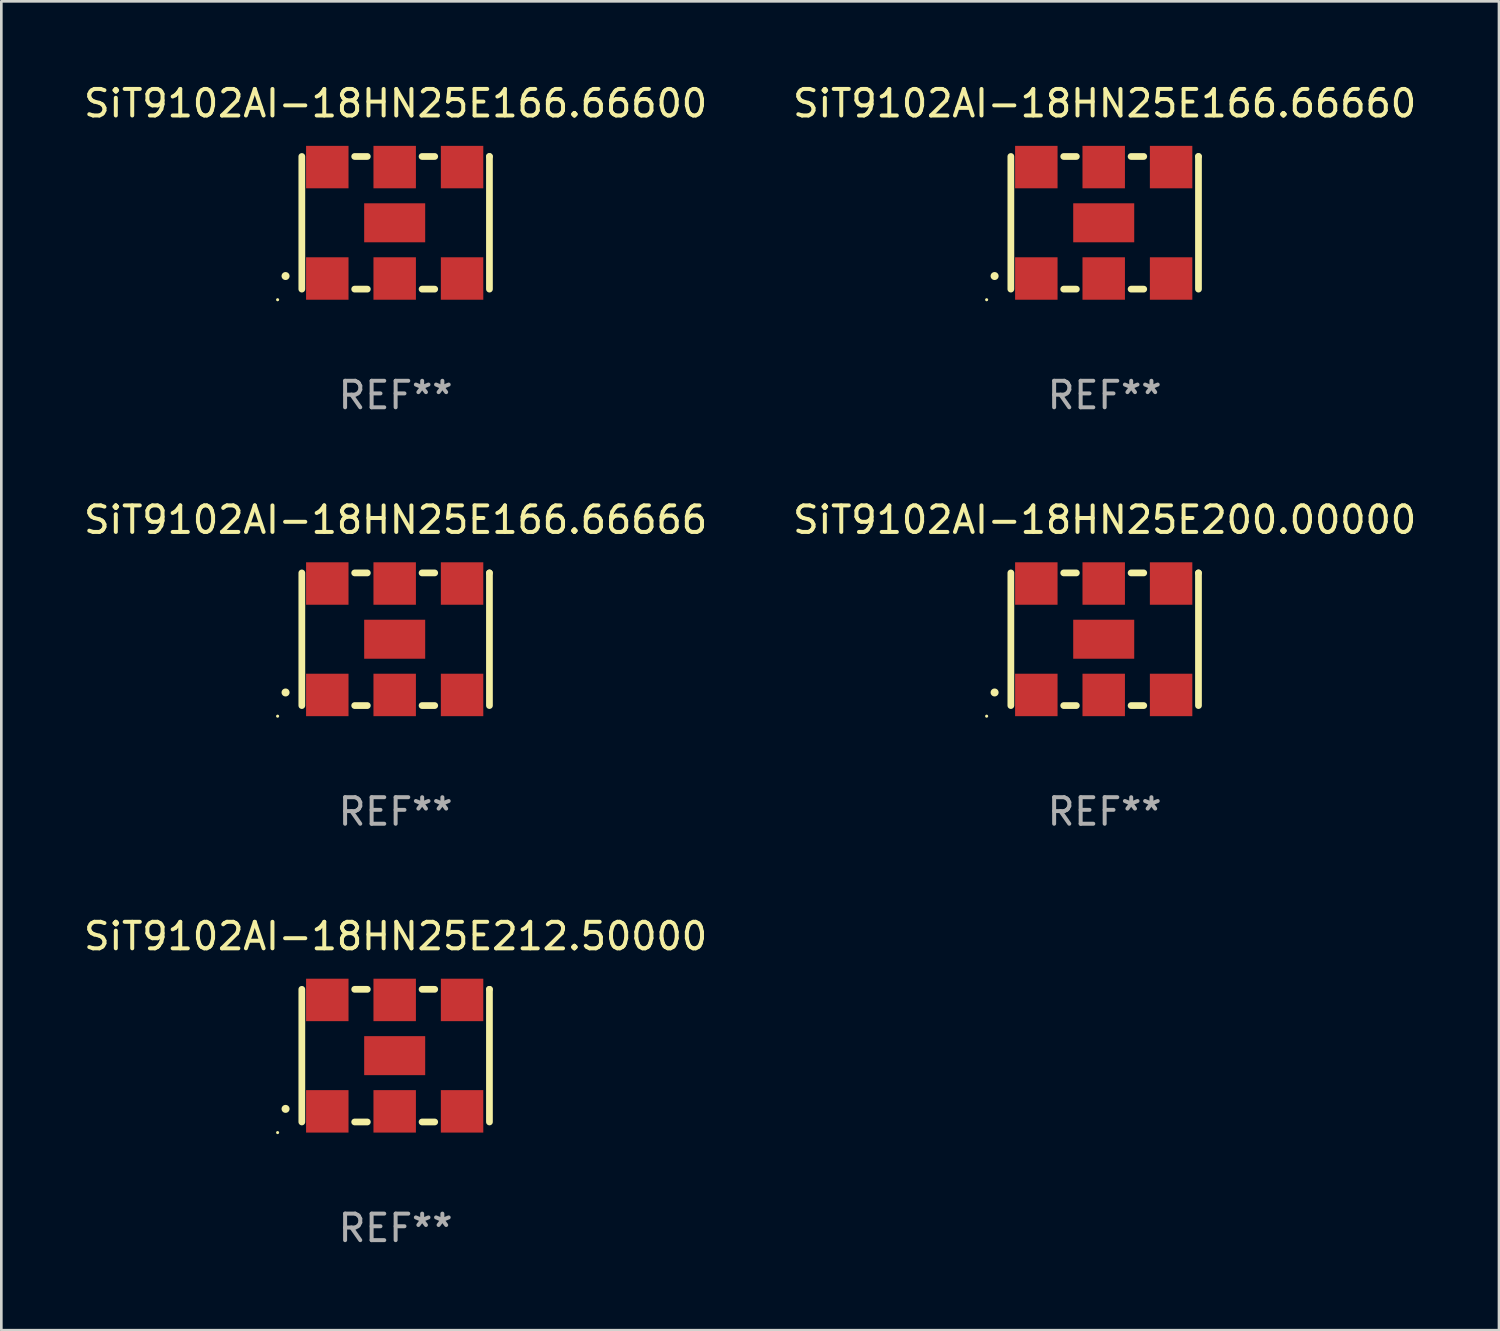
<source format=kicad_pcb>
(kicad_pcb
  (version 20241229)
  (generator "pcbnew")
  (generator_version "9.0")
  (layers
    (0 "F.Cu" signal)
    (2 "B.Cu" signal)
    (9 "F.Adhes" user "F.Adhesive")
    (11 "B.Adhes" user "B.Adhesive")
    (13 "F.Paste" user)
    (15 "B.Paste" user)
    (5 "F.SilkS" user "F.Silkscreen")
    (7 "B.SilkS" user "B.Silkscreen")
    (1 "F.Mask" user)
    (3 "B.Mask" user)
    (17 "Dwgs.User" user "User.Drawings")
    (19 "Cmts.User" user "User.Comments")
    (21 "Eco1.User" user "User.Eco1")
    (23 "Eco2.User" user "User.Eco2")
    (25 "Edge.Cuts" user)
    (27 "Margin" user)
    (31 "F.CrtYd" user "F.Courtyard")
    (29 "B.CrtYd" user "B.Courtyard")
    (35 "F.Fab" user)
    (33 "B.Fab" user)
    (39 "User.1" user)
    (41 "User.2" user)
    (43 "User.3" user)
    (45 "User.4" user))
  (footprint "SiT9102AI-18HN25E166.66660"
    (layer "F.Cu")
    (at 38.589 5.348)
    (property "Reference" "SiT9102AI-18HN25E166.66660" (at 0 -4.5 0) (layer "F.SilkS") (effects (font (size 1 1) (thickness 0.15))))
    (attr through_hole)
    (fp_line (start -3.536 -2.5) (end -3.536 2.5) (stroke (width 0.254) (type solid)) (layer "F.SilkS"))
    (fp_line (start -1.544 2.5) (end -1.067 2.5) (stroke (width 0.254) (type solid)) (layer "F.SilkS"))
    (fp_line (start -1.067 -2.5) (end -1.544 -2.5) (stroke (width 0.254) (type solid)) (layer "F.SilkS"))
    (fp_line (start 0.996 2.5) (end 1.473 2.5) (stroke (width 0.254) (type solid)) (layer "F.SilkS"))
    (fp_line (start 1.473 -2.5) (end 0.996 -2.5) (stroke (width 0.254) (type solid)) (layer "F.SilkS"))
    (fp_line (start 3.536 -2.5) (end 3.536 -2.5) (stroke (width 0.254) (type solid)) (layer "F.SilkS"))
    (fp_line (start 3.536 2.5) (end 3.536 -2.5) (stroke (width 0.254) (type solid)) (layer "F.SilkS"))
    (fp_arc (start -4.150432 2.006604) (mid -4.149162 2.006599) (end -4.147892 2.006604) (stroke (width 0.3) (type solid)) (layer "F.SilkS"))
    (fp_circle (center -4.449 2.9) (end -4.419 2.9) (stroke (width 0.06) (type solid)) (fill no) (layer "F.SilkS"))
    (fp_text user "REF**" (at 0 6.5 0) (layer "F.Fab") (effects (font (size 1 1) (thickness 0.15))))
    (pad "1" smd rect (at -2.576 2.1) (size 1.6 1.6) (layers "F.Cu" "F.Mask" "F.Paste"))
    (pad "2" smd rect (at -0.036 2.1) (size 1.6 1.6) (layers "F.Cu" "F.Mask" "F.Paste"))
    (pad "3" smd rect (at 2.504 2.1) (size 1.6 1.6) (layers "F.Cu" "F.Mask" "F.Paste"))
    (pad "4" smd rect (at 2.504 -2.1) (size 1.6 1.6) (layers "F.Cu" "F.Mask" "F.Paste"))
    (pad "5" smd rect (at -0.036 -2.1) (size 1.6 1.6) (layers "F.Cu" "F.Mask" "F.Paste"))
    (pad "6" smd rect (at -2.576 -2.1) (size 1.6 1.6) (layers "F.Cu" "F.Mask" "F.Paste"))
    (pad "7" smd rect (at -0.036 0) (size 2.3 1.47) (layers "F.Cu" "F.Mask" "F.Paste")))
  (footprint "SiT9102AI-18HN25E166.66666"
    (layer "F.Cu")
    (at 11.863 21.045)
    (property "Reference" "SiT9102AI-18HN25E166.66666" (at 0 -4.5 0) (layer "F.SilkS") (effects (font (size 1 1) (thickness 0.15))))
    (attr through_hole)
    (fp_line (start -3.536 -2.5) (end -3.536 2.5) (stroke (width 0.254) (type solid)) (layer "F.SilkS"))
    (fp_line (start -1.544 2.5) (end -1.067 2.5) (stroke (width 0.254) (type solid)) (layer "F.SilkS"))
    (fp_line (start -1.067 -2.5) (end -1.544 -2.5) (stroke (width 0.254) (type solid)) (layer "F.SilkS"))
    (fp_line (start 0.996 2.5) (end 1.473 2.5) (stroke (width 0.254) (type solid)) (layer "F.SilkS"))
    (fp_line (start 1.473 -2.5) (end 0.996 -2.5) (stroke (width 0.254) (type solid)) (layer "F.SilkS"))
    (fp_line (start 3.536 -2.5) (end 3.536 -2.5) (stroke (width 0.254) (type solid)) (layer "F.SilkS"))
    (fp_line (start 3.536 2.5) (end 3.536 -2.5) (stroke (width 0.254) (type solid)) (layer "F.SilkS"))
    (fp_arc (start -4.150432 2.006604) (mid -4.149162 2.006599) (end -4.147892 2.006604) (stroke (width 0.3) (type solid)) (layer "F.SilkS"))
    (fp_circle (center -4.449 2.9) (end -4.419 2.9) (stroke (width 0.06) (type solid)) (fill no) (layer "F.SilkS"))
    (fp_text user "REF**" (at 0 6.5 0) (layer "F.Fab") (effects (font (size 1 1) (thickness 0.15))))
    (pad "1" smd rect (at -2.576 2.1) (size 1.6 1.6) (layers "F.Cu" "F.Mask" "F.Paste"))
    (pad "2" smd rect (at -0.036 2.1) (size 1.6 1.6) (layers "F.Cu" "F.Mask" "F.Paste"))
    (pad "3" smd rect (at 2.504 2.1) (size 1.6 1.6) (layers "F.Cu" "F.Mask" "F.Paste"))
    (pad "4" smd rect (at 2.504 -2.1) (size 1.6 1.6) (layers "F.Cu" "F.Mask" "F.Paste"))
    (pad "5" smd rect (at -0.036 -2.1) (size 1.6 1.6) (layers "F.Cu" "F.Mask" "F.Paste"))
    (pad "6" smd rect (at -2.576 -2.1) (size 1.6 1.6) (layers "F.Cu" "F.Mask" "F.Paste"))
    (pad "7" smd rect (at -0.036 0) (size 2.3 1.47) (layers "F.Cu" "F.Mask" "F.Paste")))
  (footprint "SiT9102AI-18HN25E166.66600"
    (layer "F.Cu")
    (at 11.863 5.348)
    (property "Reference" "SiT9102AI-18HN25E166.66600" (at 0 -4.5 0) (layer "F.SilkS") (effects (font (size 1 1) (thickness 0.15))))
    (attr through_hole)
    (fp_line (start -3.536 -2.5) (end -3.536 2.5) (stroke (width 0.254) (type solid)) (layer "F.SilkS"))
    (fp_line (start -1.544 2.5) (end -1.067 2.5) (stroke (width 0.254) (type solid)) (layer "F.SilkS"))
    (fp_line (start -1.067 -2.5) (end -1.544 -2.5) (stroke (width 0.254) (type solid)) (layer "F.SilkS"))
    (fp_line (start 0.996 2.5) (end 1.473 2.5) (stroke (width 0.254) (type solid)) (layer "F.SilkS"))
    (fp_line (start 1.473 -2.5) (end 0.996 -2.5) (stroke (width 0.254) (type solid)) (layer "F.SilkS"))
    (fp_line (start 3.536 -2.5) (end 3.536 -2.5) (stroke (width 0.254) (type solid)) (layer "F.SilkS"))
    (fp_line (start 3.536 2.5) (end 3.536 -2.5) (stroke (width 0.254) (type solid)) (layer "F.SilkS"))
    (fp_arc (start -4.150432 2.006604) (mid -4.149162 2.006599) (end -4.147892 2.006604) (stroke (width 0.3) (type solid)) (layer "F.SilkS"))
    (fp_circle (center -4.449 2.9) (end -4.419 2.9) (stroke (width 0.06) (type solid)) (fill no) (layer "F.SilkS"))
    (fp_text user "REF**" (at 0 6.5 0) (layer "F.Fab") (effects (font (size 1 1) (thickness 0.15))))
    (pad "1" smd rect (at -2.576 2.1) (size 1.6 1.6) (layers "F.Cu" "F.Mask" "F.Paste"))
    (pad "2" smd rect (at -0.036 2.1) (size 1.6 1.6) (layers "F.Cu" "F.Mask" "F.Paste"))
    (pad "3" smd rect (at 2.504 2.1) (size 1.6 1.6) (layers "F.Cu" "F.Mask" "F.Paste"))
    (pad "4" smd rect (at 2.504 -2.1) (size 1.6 1.6) (layers "F.Cu" "F.Mask" "F.Paste"))
    (pad "5" smd rect (at -0.036 -2.1) (size 1.6 1.6) (layers "F.Cu" "F.Mask" "F.Paste"))
    (pad "6" smd rect (at -2.576 -2.1) (size 1.6 1.6) (layers "F.Cu" "F.Mask" "F.Paste"))
    (pad "7" smd rect (at -0.036 0) (size 2.3 1.47) (layers "F.Cu" "F.Mask" "F.Paste")))
  (footprint "SiT9102AI-18HN25E200.00000"
    (layer "F.Cu")
    (at 38.589 21.045)
    (property "Reference" "SiT9102AI-18HN25E200.00000" (at 0 -4.5 0) (layer "F.SilkS") (effects (font (size 1 1) (thickness 0.15))))
    (attr through_hole)
    (fp_line (start -3.536 -2.5) (end -3.536 2.5) (stroke (width 0.254) (type solid)) (layer "F.SilkS"))
    (fp_line (start -1.544 2.5) (end -1.067 2.5) (stroke (width 0.254) (type solid)) (layer "F.SilkS"))
    (fp_line (start -1.067 -2.5) (end -1.544 -2.5) (stroke (width 0.254) (type solid)) (layer "F.SilkS"))
    (fp_line (start 0.996 2.5) (end 1.473 2.5) (stroke (width 0.254) (type solid)) (layer "F.SilkS"))
    (fp_line (start 1.473 -2.5) (end 0.996 -2.5) (stroke (width 0.254) (type solid)) (layer "F.SilkS"))
    (fp_line (start 3.536 -2.5) (end 3.536 -2.5) (stroke (width 0.254) (type solid)) (layer "F.SilkS"))
    (fp_line (start 3.536 2.5) (end 3.536 -2.5) (stroke (width 0.254) (type solid)) (layer "F.SilkS"))
    (fp_arc (start -4.150432 2.006604) (mid -4.149162 2.006599) (end -4.147892 2.006604) (stroke (width 0.3) (type solid)) (layer "F.SilkS"))
    (fp_circle (center -4.449 2.9) (end -4.419 2.9) (stroke (width 0.06) (type solid)) (fill no) (layer "F.SilkS"))
    (fp_text user "REF**" (at 0 6.5 0) (layer "F.Fab") (effects (font (size 1 1) (thickness 0.15))))
    (pad "1" smd rect (at -2.576 2.1) (size 1.6 1.6) (layers "F.Cu" "F.Mask" "F.Paste"))
    (pad "2" smd rect (at -0.036 2.1) (size 1.6 1.6) (layers "F.Cu" "F.Mask" "F.Paste"))
    (pad "3" smd rect (at 2.504 2.1) (size 1.6 1.6) (layers "F.Cu" "F.Mask" "F.Paste"))
    (pad "4" smd rect (at 2.504 -2.1) (size 1.6 1.6) (layers "F.Cu" "F.Mask" "F.Paste"))
    (pad "5" smd rect (at -0.036 -2.1) (size 1.6 1.6) (layers "F.Cu" "F.Mask" "F.Paste"))
    (pad "6" smd rect (at -2.576 -2.1) (size 1.6 1.6) (layers "F.Cu" "F.Mask" "F.Paste"))
    (pad "7" smd rect (at -0.036 0) (size 2.3 1.47) (layers "F.Cu" "F.Mask" "F.Paste")))
  (footprint "SiT9102AI-18HN25E212.50000"
    (layer "F.Cu")
    (at 11.863 36.741)
    (property "Reference" "SiT9102AI-18HN25E212.50000" (at 0 -4.5 0) (layer "F.SilkS") (effects (font (size 1 1) (thickness 0.15))))
    (attr through_hole)
    (fp_line (start -3.536 -2.5) (end -3.536 2.5) (stroke (width 0.254) (type solid)) (layer "F.SilkS"))
    (fp_line (start -1.544 2.5) (end -1.067 2.5) (stroke (width 0.254) (type solid)) (layer "F.SilkS"))
    (fp_line (start -1.067 -2.5) (end -1.544 -2.5) (stroke (width 0.254) (type solid)) (layer "F.SilkS"))
    (fp_line (start 0.996 2.5) (end 1.473 2.5) (stroke (width 0.254) (type solid)) (layer "F.SilkS"))
    (fp_line (start 1.473 -2.5) (end 0.996 -2.5) (stroke (width 0.254) (type solid)) (layer "F.SilkS"))
    (fp_line (start 3.536 -2.5) (end 3.536 -2.5) (stroke (width 0.254) (type solid)) (layer "F.SilkS"))
    (fp_line (start 3.536 2.5) (end 3.536 -2.5) (stroke (width 0.254) (type solid)) (layer "F.SilkS"))
    (fp_arc (start -4.150432 2.006604) (mid -4.149162 2.006599) (end -4.147892 2.006604) (stroke (width 0.3) (type solid)) (layer "F.SilkS"))
    (fp_circle (center -4.449 2.9) (end -4.419 2.9) (stroke (width 0.06) (type solid)) (fill no) (layer "F.SilkS"))
    (fp_text user "REF**" (at 0 6.5 0) (layer "F.Fab") (effects (font (size 1 1) (thickness 0.15))))
    (pad "1" smd rect (at -2.576 2.1) (size 1.6 1.6) (layers "F.Cu" "F.Mask" "F.Paste"))
    (pad "2" smd rect (at -0.036 2.1) (size 1.6 1.6) (layers "F.Cu" "F.Mask" "F.Paste"))
    (pad "3" smd rect (at 2.504 2.1) (size 1.6 1.6) (layers "F.Cu" "F.Mask" "F.Paste"))
    (pad "4" smd rect (at 2.504 -2.1) (size 1.6 1.6) (layers "F.Cu" "F.Mask" "F.Paste"))
    (pad "5" smd rect (at -0.036 -2.1) (size 1.6 1.6) (layers "F.Cu" "F.Mask" "F.Paste"))
    (pad "6" smd rect (at -2.576 -2.1) (size 1.6 1.6) (layers "F.Cu" "F.Mask" "F.Paste"))
    (pad "7" smd rect (at -0.036 0) (size 2.3 1.47) (layers "F.Cu" "F.Mask" "F.Paste")))
  (gr_rect
    (start -3 -3)
    (end 53.452 47.09)
    (stroke (width 0.1) (type default))
    (fill no)
    (layer "Edge.Cuts")))
</source>
